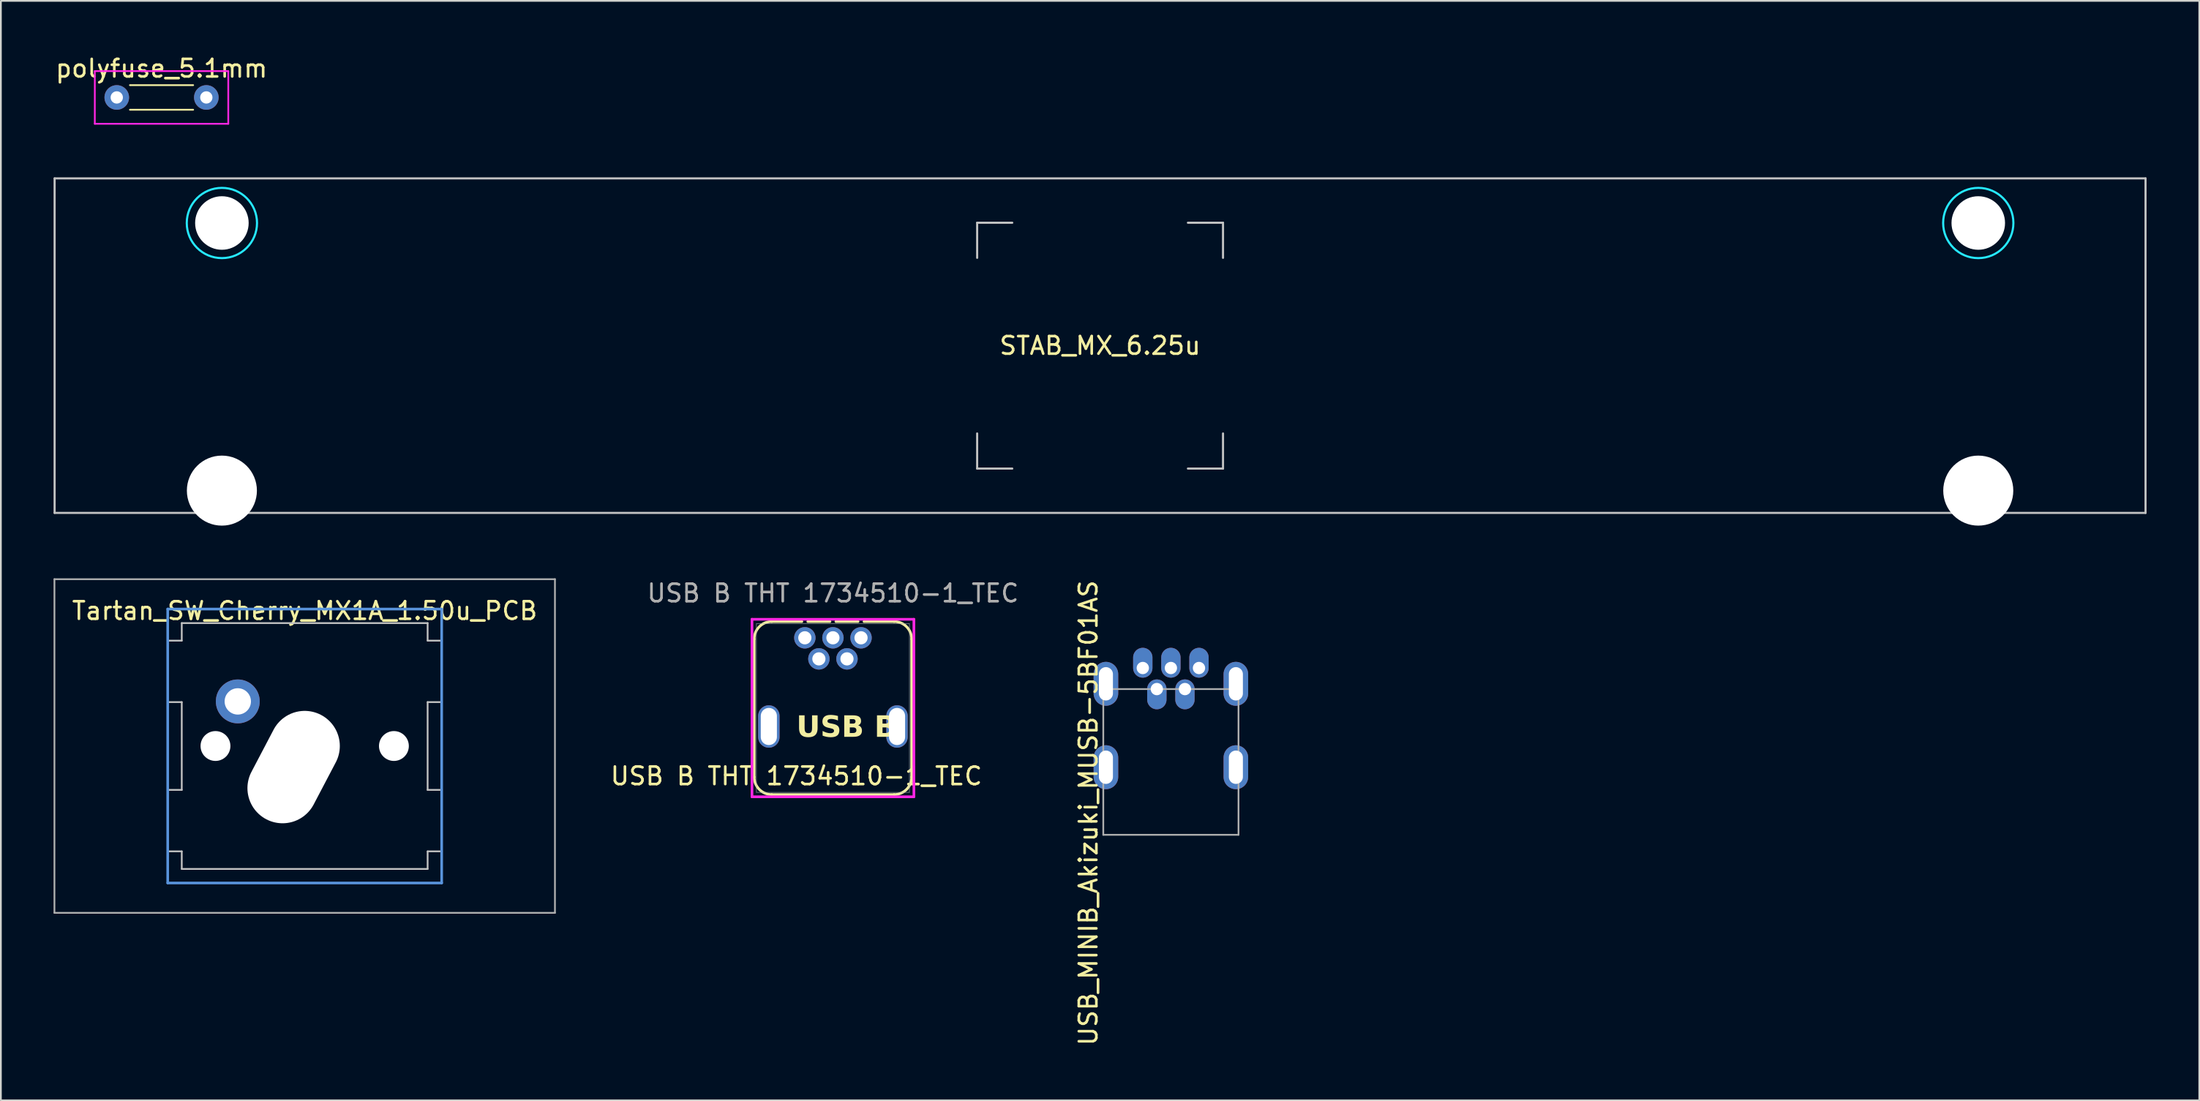
<source format=kicad_pcb>
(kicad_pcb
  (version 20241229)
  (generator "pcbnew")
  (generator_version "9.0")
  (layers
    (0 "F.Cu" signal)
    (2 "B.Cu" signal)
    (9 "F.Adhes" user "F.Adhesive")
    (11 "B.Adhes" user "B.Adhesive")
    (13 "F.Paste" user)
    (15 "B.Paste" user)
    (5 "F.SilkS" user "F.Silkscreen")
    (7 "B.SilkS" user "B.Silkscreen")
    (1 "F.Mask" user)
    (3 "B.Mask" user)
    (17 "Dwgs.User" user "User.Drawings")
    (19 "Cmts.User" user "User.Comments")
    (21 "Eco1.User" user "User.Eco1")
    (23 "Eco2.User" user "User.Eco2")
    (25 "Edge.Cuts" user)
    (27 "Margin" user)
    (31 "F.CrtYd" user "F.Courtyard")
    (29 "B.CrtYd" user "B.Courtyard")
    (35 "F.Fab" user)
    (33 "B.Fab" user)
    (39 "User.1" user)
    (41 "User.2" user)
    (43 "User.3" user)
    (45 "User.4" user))
  (footprint "USB B THT 1734510-1_TEC"
    (layer "F.Cu")
    (at 44.455 37.462)
    (property "Reference" "USB B THT 1734510-1_TEC" (at -2.159 3.683 0) (unlocked yes) (layer "F.SilkS") (effects (font (size 1 1) (thickness 0.15))))
    (attr through_hole)
    (fp_line (start -4.559 -4.118) (end -4.559 3.737) (stroke (width 0.152) (type solid)) (layer "F.SilkS"))
    (fp_line (start -3.559 4.737) (end 3.407 4.737) (stroke (width 0.152) (type solid)) (layer "F.SilkS"))
    (fp_line (start -1.845 -5.118) (end -3.559 -5.118) (stroke (width 0.152) (type solid)) (layer "F.SilkS"))
    (fp_line (start -0.245 -5.118) (end -1.507 -5.118) (stroke (width 0.152) (type solid)) (layer "F.SilkS"))
    (fp_line (start 1.355 -5.118) (end 0.093 -5.118) (stroke (width 0.152) (type solid)) (layer "F.SilkS"))
    (fp_line (start 3.407 -5.118) (end 1.693 -5.118) (stroke (width 0.152) (type solid)) (layer "F.SilkS"))
    (fp_line (start 4.407 3.737) (end 4.407 -4.118) (stroke (width 0.152) (type solid)) (layer "F.SilkS"))
    (fp_arc (start -4.559099 -4.118) (mid -4.266206 -4.825107) (end -3.559099 -5.118) (stroke (width 0.1524) (type default)) (layer "F.SilkS"))
    (fp_arc (start -3.559099 4.737199) (mid -4.266206 4.444306) (end -4.559099 3.737199) (stroke (width 0.1524) (type default)) (layer "F.SilkS"))
    (fp_arc (start 3.407101 -5.118) (mid 4.114207 -4.825106) (end 4.407101 -4.118) (stroke (width 0.1524) (type default)) (layer "F.SilkS"))
    (fp_arc (start 4.407101 3.737199) (mid 4.114208 4.444307) (end 3.407101 4.737199) (stroke (width 0.1524) (type default)) (layer "F.SilkS"))
    (fp_line (start -4.686 -5.245) (end -4.686 4.864) (stroke (width 0.152) (type solid)) (layer "F.CrtYd"))
    (fp_line (start -4.686 4.864) (end 4.534 4.864) (stroke (width 0.152) (type solid)) (layer "F.CrtYd"))
    (fp_line (start 4.534 -5.245) (end -4.686 -5.245) (stroke (width 0.152) (type solid)) (layer "F.CrtYd"))
    (fp_line (start 4.534 4.864) (end 4.534 -5.245) (stroke (width 0.152) (type solid)) (layer "F.CrtYd"))
    (fp_line (start -4.432 -4.991) (end -4.432 4.61) (stroke (width 0.025) (type solid)) (layer "F.Fab"))
    (fp_line (start -4.432 4.61) (end 4.28 4.61) (stroke (width 0.025) (type solid)) (layer "F.Fab"))
    (fp_line (start 4.28 -4.991) (end -4.432 -4.991) (stroke (width 0.025) (type solid)) (layer "F.Fab"))
    (fp_line (start 4.28 4.61) (end 4.28 -4.991) (stroke (width 0.025) (type solid)) (layer "F.Fab"))
    (fp_text user "USB B" (at -2.159 1.651 0) (unlocked yes) (layer "F.SilkS") (effects (font (face "Sushi Sans") (size 1.2 1.2) (thickness 0.3) (bold yes)) (justify left bottom)))
    (fp_text user "${REFERENCE}" (at -0.076 -6.731 0) (unlocked yes) (layer "F.Fab") (effects (font (size 1 1) (thickness 0.15))))
    (pad "1" thru_hole circle (at -1.676 -4.191) (size 1.219 1.219) (drill 0.75) (layers "*.Cu" "*.Mask"))
    (pad "2" thru_hole circle (at -0.876 -2.991) (size 1.219 1.219) (drill 0.75) (layers "*.Cu" "*.Mask"))
    (pad "3" thru_hole circle (at -0.076 -4.191) (size 1.219 1.219) (drill 0.75) (layers "*.Cu" "*.Mask"))
    (pad "4" thru_hole circle (at 0.724 -2.991) (size 1.219 1.219) (drill 0.75) (layers "*.Cu" "*.Mask"))
    (pad "5" thru_hole circle (at 1.524 -4.191) (size 1.219 1.219) (drill 0.75) (layers "*.Cu" "*.Mask"))
    (pad "6" thru_hole oval (at -3.726 0.859 90) (size 2.413 1.219) (drill oval 2.113 0.919) (layers "*.Cu" "*.Mask"))
    (pad "7" thru_hole oval (at 3.574 0.859 90) (size 2.413 1.219) (drill oval 2.113 0.919) (layers "*.Cu" "*.Mask")))
  (footprint "STAB_MX_6.25u"
    (layer "F.Cu")
    (at 59.591 16.634)
    (property "Reference" "STAB_MX_6.25u" (at 0 0 0) (layer "F.SilkS") (effects (font (size 1 1) (thickness 0.15))))
    (attr through_hole exclude_from_pos_files exclude_from_bom)
    (fp_line (start -59.531 -9.525) (end -59.531 9.525) (stroke (width 0.12) (type solid)) (layer "Dwgs.User"))
    (fp_line (start -59.531 -9.525) (end 59.531 -9.525) (stroke (width 0.12) (type solid)) (layer "Dwgs.User"))
    (fp_line (start -59.531 9.525) (end 59.531 9.525) (stroke (width 0.12) (type solid)) (layer "Dwgs.User"))
    (fp_line (start -7 -7) (end -5 -7) (stroke (width 0.12) (type solid)) (layer "Dwgs.User"))
    (fp_line (start -7 -5) (end -7 -7) (stroke (width 0.12) (type solid)) (layer "Dwgs.User"))
    (fp_line (start -7 7) (end -7 5) (stroke (width 0.12) (type solid)) (layer "Dwgs.User"))
    (fp_line (start -5 7) (end -7 7) (stroke (width 0.12) (type solid)) (layer "Dwgs.User"))
    (fp_line (start 5 -7) (end 7 -7) (stroke (width 0.12) (type solid)) (layer "Dwgs.User"))
    (fp_line (start 5 7) (end 7 7) (stroke (width 0.12) (type solid)) (layer "Dwgs.User"))
    (fp_line (start 7 -7) (end 7 -5) (stroke (width 0.12) (type solid)) (layer "Dwgs.User"))
    (fp_line (start 7 7) (end 7 5) (stroke (width 0.12) (type solid)) (layer "Dwgs.User"))
    (fp_line (start 59.531 -9.525) (end 59.531 9.525) (stroke (width 0.12) (type solid)) (layer "Dwgs.User"))
    (fp_line (start -53.381 -5.5) (end -53.381 7.5) (stroke (width 0.05) (type solid)) (layer "Eco2.User"))
    (fp_line (start -52.881 -6) (end -47.131 -6) (stroke (width 0.05) (type solid)) (layer "Eco2.User"))
    (fp_line (start -52.881 8) (end -47.131 8) (stroke (width 0.05) (type solid)) (layer "Eco2.User"))
    (fp_line (start -46.631 -5.5) (end -46.631 7.5) (stroke (width 0.05) (type solid)) (layer "Eco2.User"))
    (fp_line (start 46.631 -5.5) (end 46.631 7.5) (stroke (width 0.05) (type solid)) (layer "Eco2.User"))
    (fp_line (start 47.131 -6) (end 52.88 -6) (stroke (width 0.05) (type solid)) (layer "Eco2.User"))
    (fp_line (start 47.131 8) (end 52.881 8) (stroke (width 0.05) (type solid)) (layer "Eco2.User"))
    (fp_line (start 53.38 -5.5) (end 53.381 7.5) (stroke (width 0.05) (type solid)) (layer "Eco2.User"))
    (fp_arc (start -53.38125 -5.499999) (mid -53.234803 -5.853552) (end -52.88125 -5.999999) (stroke (width 0.05) (type solid)) (layer "Eco2.User"))
    (fp_arc (start -52.88125 8.000001) (mid -53.234803 7.853554) (end -53.38125 7.500001) (stroke (width 0.05) (type solid)) (layer "Eco2.User"))
    (fp_arc (start -47.13125 -5.999999) (mid -46.777697 -5.853552) (end -46.63125 -5.499999) (stroke (width 0.05) (type solid)) (layer "Eco2.User"))
    (fp_arc (start -46.63125 7.500001) (mid -46.777697 7.853554) (end -47.13125 8.000001) (stroke (width 0.05) (type solid)) (layer "Eco2.User"))
    (fp_arc (start 46.63125 -5.499999) (mid 46.777697 -5.853552) (end 47.13125 -5.999999) (stroke (width 0.05) (type solid)) (layer "Eco2.User"))
    (fp_arc (start 47.13125 8.000001) (mid 46.777697 7.853554) (end 46.63125 7.500001) (stroke (width 0.05) (type solid)) (layer "Eco2.User"))
    (fp_arc (start 52.880039 -5.999999) (mid 53.233592 -5.853552) (end 53.380039 -5.499999) (stroke (width 0.05) (type solid)) (layer "Eco2.User"))
    (fp_arc (start 53.38125 7.500001) (mid 53.234803 7.853554) (end 52.88125 8.000001) (stroke (width 0.05) (type solid)) (layer "Eco2.User"))
    (fp_circle (center -50.006 -6.985) (end -48.006 -6.985) (stroke (width 0.12) (type solid)) (fill no) (layer "B.CrtYd"))
    (fp_circle (center 50.006 -6.985) (end 52.006 -6.985) (stroke (width 0.12) (type solid)) (fill no) (layer "B.CrtYd"))
    (pad "" np_thru_hole circle (at -50.006 -6.985) (size 3.048 3.048) (drill 3.048) (layers "*.Cu" "*.Mask"))
    (pad "" np_thru_hole circle (at -50.006 8.255) (size 3.988 3.988) (drill 3.988) (layers "*.Cu" "*.Mask"))
    (pad "" np_thru_hole circle (at 50.006 -6.985) (size 3.048 3.048) (drill 3.048) (layers "*.Cu" "*.Mask"))
    (pad "" np_thru_hole circle (at 50.006 8.255) (size 3.988 3.988) (drill 3.988) (layers "*.Cu" "*.Mask")))
  (footprint "USB_MINIB_Akizuki_MUSB-5BF01AS"
    (layer "F.Cu")
    (at 63.623 34.991)
    (property "Reference" "USB_MINIB_Akizuki_MUSB-5BF01AS" (at -4.699 8.255 90) (layer "F.SilkS") (effects (font (size 1 1) (thickness 0.15))))
    (attr through_hole)
    (fp_line (start -3.85 1.2) (end 3.85 1.2) (stroke (width 0.1) (type solid)) (layer "F.Fab"))
    (fp_line (start -3.85 9.5) (end -3.85 1.2) (stroke (width 0.1) (type solid)) (layer "F.Fab"))
    (fp_line (start 3.85 1.2) (end 3.85 9.5) (stroke (width 0.1) (type solid)) (layer "F.Fab"))
    (fp_line (start 3.85 9.5) (end -3.85 9.5) (stroke (width 0.1) (type solid)) (layer "F.Fab"))
    (pad "1" thru_hole oval (at -1.6 0) (size 1.1 1.7) (drill 0.7 (offset 0 -0.3)) (layers "*.Cu" "*.Mask"))
    (pad "2" thru_hole oval (at -0.8 1.2) (size 1.1 1.7) (drill 0.7 (offset 0 0.3)) (layers "*.Cu" "*.Mask"))
    (pad "3" thru_hole oval (at 0 0) (size 1.1 1.7) (drill 0.7 (offset 0 -0.3)) (layers "*.Cu" "*.Mask"))
    (pad "4" thru_hole oval (at 0.8 1.2) (size 1.1 1.7) (drill 0.7 (offset 0 0.3)) (layers "*.Cu" "*.Mask"))
    (pad "5" thru_hole oval (at 1.6 0) (size 1.1 1.7) (drill 0.7 (offset 0 -0.3)) (layers "*.Cu" "*.Mask"))
    (pad "6" thru_hole oval (at 3.7 5.65) (size 1.4 2.5) (drill oval 0.8 1.9) (layers "*.Cu" "*.Mask"))
    (pad "~" thru_hole oval (at -3.7 0.9) (size 1.4 2.5) (drill oval 0.8 1.9) (layers "*.Cu" "*.Mask"))
    (pad "~" thru_hole oval (at -3.7 5.65) (size 1.4 2.5) (drill oval 0.8 1.9) (layers "*.Cu" "*.Mask"))
    (pad "~" thru_hole oval (at 3.7 0.9) (size 1.4 2.5) (drill oval 0.8 1.9) (layers "*.Cu" "*.Mask")))
  (footprint "polyfuse_5.1mm"
    (layer "F.Cu")
    (at 6.149 2.499)
    (property "Reference" "polyfuse_5.1mm" (at 0 -1.651 0) (layer "F.SilkS") (effects (font (size 1 1) (thickness 0.15))))
    (attr through_hole)
    (fp_line (start -1.8 -0.7) (end 1.8 -0.7) (stroke (width 0.1) (type solid)) (layer "F.SilkS"))
    (fp_line (start -1.8 0.7) (end 1.8 0.7) (stroke (width 0.1) (type solid)) (layer "F.SilkS"))
    (fp_line (start -3.8 -1.5) (end 3.8 -1.5) (stroke (width 0.1) (type solid)) (layer "F.CrtYd"))
    (fp_line (start -3.8 1.5) (end -3.8 -1.5) (stroke (width 0.1) (type solid)) (layer "F.CrtYd"))
    (fp_line (start 3.8 -1.5) (end 3.8 1.5) (stroke (width 0.1) (type solid)) (layer "F.CrtYd"))
    (fp_line (start 3.8 1.5) (end -3.8 1.5) (stroke (width 0.1) (type solid)) (layer "F.CrtYd"))
    (pad "1" thru_hole circle (at -2.55 0) (size 1.4 1.4) (drill 0.7) (layers "*.Cu" "*.Mask"))
    (pad "2" thru_hole circle (at 2.55 0) (size 1.4 1.4) (drill 0.7) (layers "*.Cu" "*.Mask")))
  (footprint "Tartan_SW_Cherry_MX1A_1.50u_PCB"
    (layer "F.Cu")
    (at 14.3 39.433)
    (property "Reference" "Tartan_SW_Cherry_MX1A_1.50u_PCB" (at 0 -7.7 0) (layer "F.SilkS") (effects (font (size 1 1) (thickness 0.15))))
    (attr through_hole)
    (fp_line (start -7.8 -6) (end -7 -6) (stroke (width 0.1) (type solid)) (layer "Dwgs.User"))
    (fp_line (start -7.8 -2.5) (end -7.8 -6) (stroke (width 0.1) (type solid)) (layer "Dwgs.User"))
    (fp_line (start -7.8 -2.5) (end -7 -2.5) (stroke (width 0.1) (type solid)) (layer "Dwgs.User"))
    (fp_line (start -7.8 2.5) (end -7 2.5) (stroke (width 0.1) (type solid)) (layer "Dwgs.User"))
    (fp_line (start -7.8 6) (end -7.8 2.5) (stroke (width 0.1) (type solid)) (layer "Dwgs.User"))
    (fp_line (start -7.8 6) (end -7 6) (stroke (width 0.1) (type solid)) (layer "Dwgs.User"))
    (fp_line (start -7 -7) (end 7 -7) (stroke (width 0.1) (type solid)) (layer "Dwgs.User"))
    (fp_line (start -7 -6) (end -7 -7) (stroke (width 0.1) (type solid)) (layer "Dwgs.User"))
    (fp_line (start -7 -2.5) (end -7 2.5) (stroke (width 0.1) (type solid)) (layer "Dwgs.User"))
    (fp_line (start -7 7) (end -7 6) (stroke (width 0.1) (type solid)) (layer "Dwgs.User"))
    (fp_line (start -7 7) (end 7 7) (stroke (width 0.1) (type solid)) (layer "Dwgs.User"))
    (fp_line (start 7 -6) (end 7 -7) (stroke (width 0.1) (type solid)) (layer "Dwgs.User"))
    (fp_line (start 7 -6) (end 7.8 -6) (stroke (width 0.1) (type solid)) (layer "Dwgs.User"))
    (fp_line (start 7 -2.5) (end 7 2.5) (stroke (width 0.1) (type solid)) (layer "Dwgs.User"))
    (fp_line (start 7 -2.5) (end 7.8 -2.5) (stroke (width 0.1) (type solid)) (layer "Dwgs.User"))
    (fp_line (start 7 2.5) (end 7.8 2.5) (stroke (width 0.1) (type solid)) (layer "Dwgs.User"))
    (fp_line (start 7 6) (end 7.8 6) (stroke (width 0.1) (type solid)) (layer "Dwgs.User"))
    (fp_line (start 7 7) (end 7 6) (stroke (width 0.1) (type solid)) (layer "Dwgs.User"))
    (fp_line (start 7.8 -2.5) (end 7.8 -6) (stroke (width 0.1) (type solid)) (layer "Dwgs.User"))
    (fp_line (start 7.8 6) (end 7.8 2.5) (stroke (width 0.1) (type solid)) (layer "Dwgs.User"))
    (fp_line (start -7.8 -7.8) (end 7.8 -7.8) (stroke (width 0.15) (type solid)) (layer "Cmts.User"))
    (fp_line (start -7.8 7.8) (end -7.8 -7.8) (stroke (width 0.15) (type solid)) (layer "Cmts.User"))
    (fp_line (start 7.8 -7.8) (end 7.8 7.8) (stroke (width 0.15) (type solid)) (layer "Cmts.User"))
    (fp_line (start 7.8 7.8) (end -7.8 7.8) (stroke (width 0.15) (type solid)) (layer "Cmts.User"))
    (fp_line (start -14.25 -9.5) (end 14.25 -9.5) (stroke (width 0.1) (type solid)) (layer "F.Fab"))
    (fp_line (start -14.25 9.5) (end -14.25 -9.5) (stroke (width 0.1) (type solid)) (layer "F.Fab"))
    (fp_line (start 14.25 -9.5) (end 14.25 9.5) (stroke (width 0.1) (type solid)) (layer "F.Fab"))
    (fp_line (start 14.25 9.5) (end -14.25 9.5) (stroke (width 0.1) (type solid)) (layer "F.Fab"))
    (pad "" np_thru_hole circle (at -5.08 0) (size 1.7 1.7) (drill 1.7) (layers "*.Cu" "*.Mask"))
    (pad "" np_thru_hole oval (at -0.63 1.2 332.3) (size 4 6.711) (drill oval 4 6.711) (layers "*.Cu" "*.Mask"))
    (pad "" np_thru_hole circle (at 5.08 0) (size 1.7 1.7) (drill 1.7) (layers "*.Cu" "*.Mask"))
    (pad "1" thru_hole circle (at -3.81 -2.54) (size 2.5 2.5) (drill 1.5) (layers "*.Cu" "*.Mask")))
  (gr_rect
    (start -3 -3)
    (end 122.183 59.609)
    (stroke (width 0.1) (type default))
    (fill no)
    (layer "Edge.Cuts")))
</source>
